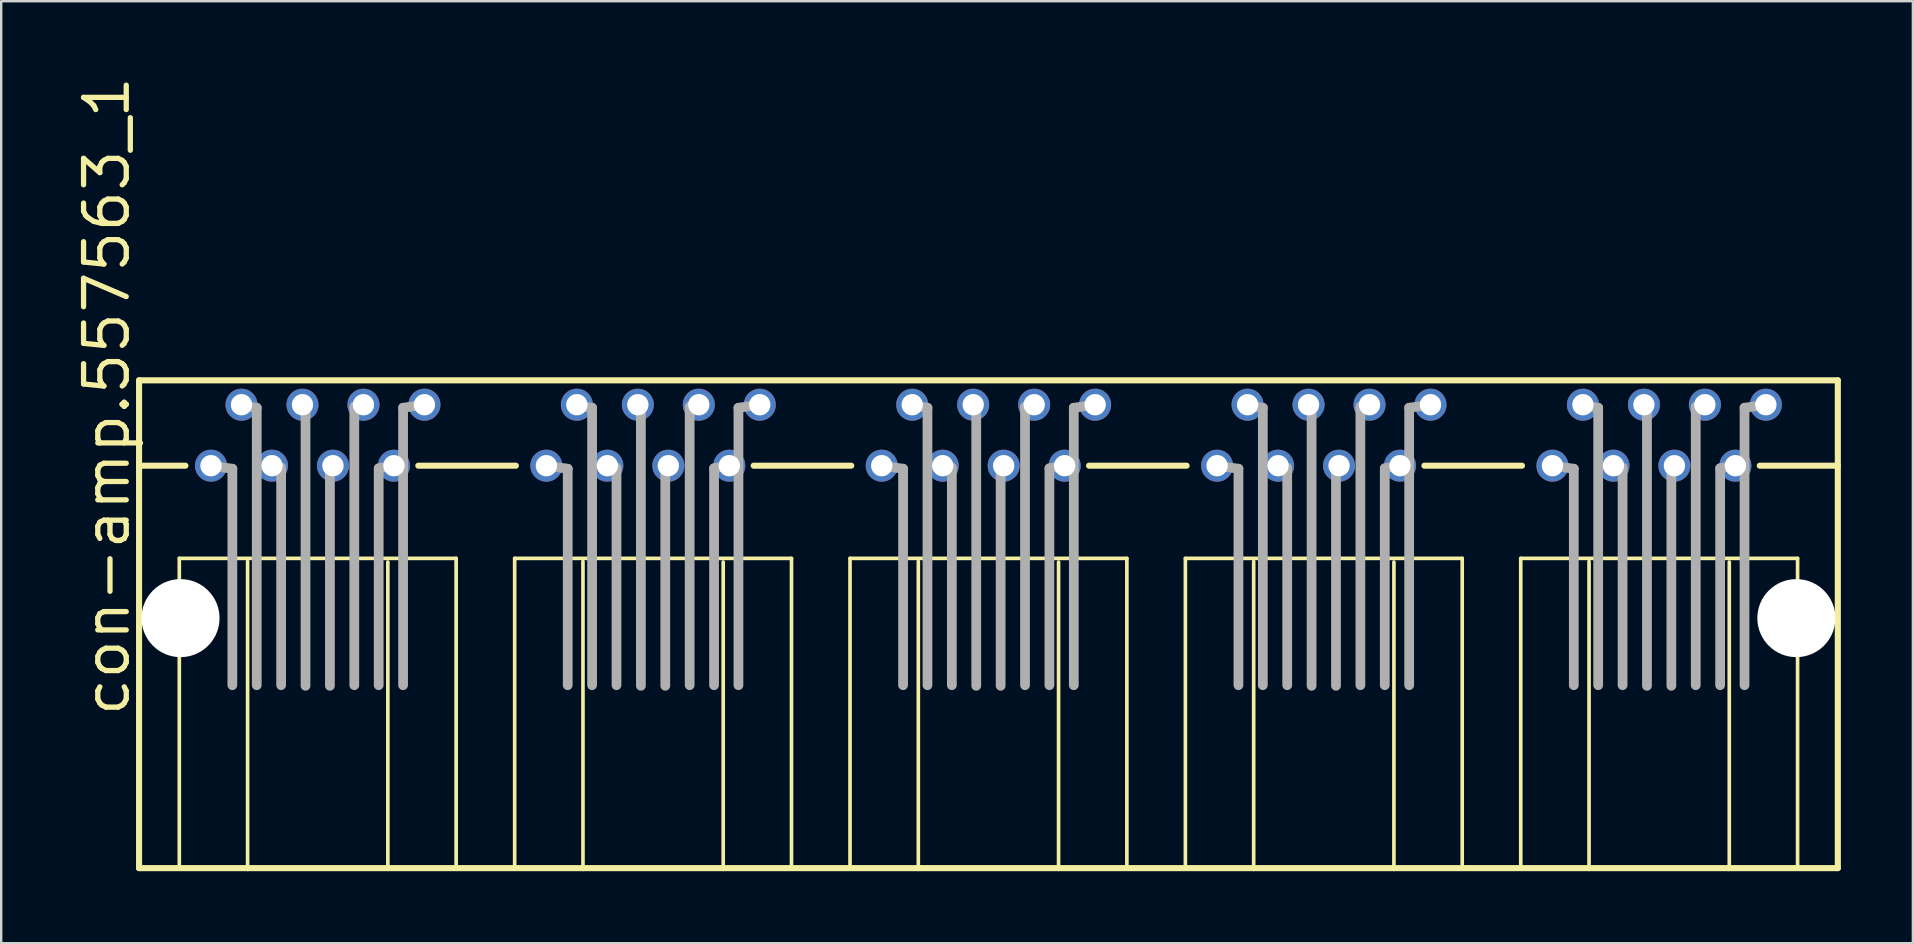
<source format=kicad_pcb>
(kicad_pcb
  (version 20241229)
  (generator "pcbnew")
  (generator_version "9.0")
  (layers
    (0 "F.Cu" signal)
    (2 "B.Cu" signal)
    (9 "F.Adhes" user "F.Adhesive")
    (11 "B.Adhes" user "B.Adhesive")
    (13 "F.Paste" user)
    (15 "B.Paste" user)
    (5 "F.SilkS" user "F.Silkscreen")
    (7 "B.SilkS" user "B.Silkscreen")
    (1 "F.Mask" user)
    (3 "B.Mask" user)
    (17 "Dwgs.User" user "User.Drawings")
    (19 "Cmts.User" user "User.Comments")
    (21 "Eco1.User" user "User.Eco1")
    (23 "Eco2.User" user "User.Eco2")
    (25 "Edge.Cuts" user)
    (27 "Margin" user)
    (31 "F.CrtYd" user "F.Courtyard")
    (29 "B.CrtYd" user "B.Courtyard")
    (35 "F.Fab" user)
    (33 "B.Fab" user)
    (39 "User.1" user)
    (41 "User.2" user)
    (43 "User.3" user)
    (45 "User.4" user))
  (footprint "con-amp.557563_1"
    (layer "F.Cu")
    (at 38.125 22.699)
    (property "Reference" "con-amp.557563_1" (at -35.687 4.191 90) (layer "F.SilkS") (effects (font (size 1.778 1.778) (thickness 0.22)) (justify left bottom)))
    (attr through_hole)
    (fp_line (start -35.382 -9.906) (end -35.382 -6.35) (stroke (width 0.254) (type default)) (layer "F.SilkS"))
    (fp_line (start -35.382 -6.35) (end -35.382 10.414) (stroke (width 0.254) (type default)) (layer "F.SilkS"))
    (fp_line (start -35.382 10.414) (end -30.861 10.414) (stroke (width 0.254) (type default)) (layer "F.SilkS"))
    (fp_line (start -33.706 -2.489) (end -33.706 10.363) (stroke (width 0.152) (type default)) (layer "F.SilkS"))
    (fp_line (start -33.452 -6.35) (end -35.382 -6.35) (stroke (width 0.254) (type default)) (layer "F.SilkS"))
    (fp_line (start -30.861 10.414) (end -30.861 -2.362) (stroke (width 0.152) (type default)) (layer "F.SilkS"))
    (fp_line (start -30.861 10.414) (end -25.019 10.414) (stroke (width 0.254) (type default)) (layer "F.SilkS"))
    (fp_line (start -25.019 -2.337) (end -25.019 10.414) (stroke (width 0.152) (type default)) (layer "F.SilkS"))
    (fp_line (start -25.019 10.414) (end -16.891 10.414) (stroke (width 0.254) (type default)) (layer "F.SilkS"))
    (fp_line (start -23.749 -6.35) (end -19.685 -6.35) (stroke (width 0.254) (type default)) (layer "F.SilkS"))
    (fp_line (start -22.174 -2.489) (end -33.706 -2.489) (stroke (width 0.152) (type default)) (layer "F.SilkS"))
    (fp_line (start -22.174 10.363) (end -22.174 -2.489) (stroke (width 0.152) (type default)) (layer "F.SilkS"))
    (fp_line (start -19.736 -2.489) (end -19.736 10.363) (stroke (width 0.152) (type default)) (layer "F.SilkS"))
    (fp_line (start -16.891 10.414) (end -16.891 -2.362) (stroke (width 0.152) (type default)) (layer "F.SilkS"))
    (fp_line (start -16.891 10.414) (end -11.049 10.414) (stroke (width 0.254) (type default)) (layer "F.SilkS"))
    (fp_line (start -11.049 -2.337) (end -11.049 10.414) (stroke (width 0.152) (type default)) (layer "F.SilkS"))
    (fp_line (start -11.049 10.414) (end -2.921 10.414) (stroke (width 0.254) (type default)) (layer "F.SilkS"))
    (fp_line (start -9.779 -6.35) (end -5.715 -6.35) (stroke (width 0.254) (type default)) (layer "F.SilkS"))
    (fp_line (start -8.204 -2.489) (end -19.736 -2.489) (stroke (width 0.152) (type default)) (layer "F.SilkS"))
    (fp_line (start -8.204 10.363) (end -8.204 -2.489) (stroke (width 0.152) (type default)) (layer "F.SilkS"))
    (fp_line (start -5.766 -2.489) (end -5.766 10.363) (stroke (width 0.152) (type default)) (layer "F.SilkS"))
    (fp_line (start -2.921 10.414) (end -2.921 -2.362) (stroke (width 0.152) (type default)) (layer "F.SilkS"))
    (fp_line (start -2.921 10.414) (end 2.921 10.414) (stroke (width 0.254) (type default)) (layer "F.SilkS"))
    (fp_line (start 2.921 -2.337) (end 2.921 10.414) (stroke (width 0.152) (type default)) (layer "F.SilkS"))
    (fp_line (start 2.921 10.414) (end 11.049 10.414) (stroke (width 0.254) (type default)) (layer "F.SilkS"))
    (fp_line (start 4.191 -6.35) (end 8.255 -6.35) (stroke (width 0.254) (type default)) (layer "F.SilkS"))
    (fp_line (start 5.766 -2.489) (end -5.766 -2.489) (stroke (width 0.152) (type default)) (layer "F.SilkS"))
    (fp_line (start 5.766 10.363) (end 5.766 -2.489) (stroke (width 0.152) (type default)) (layer "F.SilkS"))
    (fp_line (start 8.204 -2.489) (end 8.204 10.363) (stroke (width 0.152) (type default)) (layer "F.SilkS"))
    (fp_line (start 11.049 10.414) (end 11.049 -2.362) (stroke (width 0.152) (type default)) (layer "F.SilkS"))
    (fp_line (start 11.049 10.414) (end 16.891 10.414) (stroke (width 0.254) (type default)) (layer "F.SilkS"))
    (fp_line (start 16.891 -2.337) (end 16.891 10.414) (stroke (width 0.152) (type default)) (layer "F.SilkS"))
    (fp_line (start 16.891 10.414) (end 25.019 10.414) (stroke (width 0.254) (type default)) (layer "F.SilkS"))
    (fp_line (start 18.161 -6.35) (end 22.225 -6.35) (stroke (width 0.254) (type default)) (layer "F.SilkS"))
    (fp_line (start 19.736 -2.489) (end 8.204 -2.489) (stroke (width 0.152) (type default)) (layer "F.SilkS"))
    (fp_line (start 19.736 10.363) (end 19.736 -2.489) (stroke (width 0.152) (type default)) (layer "F.SilkS"))
    (fp_line (start 22.174 -2.489) (end 22.174 10.363) (stroke (width 0.152) (type default)) (layer "F.SilkS"))
    (fp_line (start 25.019 10.414) (end 25.019 -2.362) (stroke (width 0.152) (type default)) (layer "F.SilkS"))
    (fp_line (start 25.019 10.414) (end 30.861 10.414) (stroke (width 0.254) (type default)) (layer "F.SilkS"))
    (fp_line (start 30.861 -2.337) (end 30.861 10.414) (stroke (width 0.152) (type default)) (layer "F.SilkS"))
    (fp_line (start 30.861 10.414) (end 35.382 10.414) (stroke (width 0.254) (type default)) (layer "F.SilkS"))
    (fp_line (start 32.131 -6.35) (end 35.382 -6.35) (stroke (width 0.254) (type default)) (layer "F.SilkS"))
    (fp_line (start 33.706 -2.489) (end 22.174 -2.489) (stroke (width 0.152) (type default)) (layer "F.SilkS"))
    (fp_line (start 33.706 10.363) (end 33.706 -2.489) (stroke (width 0.152) (type default)) (layer "F.SilkS"))
    (fp_line (start 35.382 -9.906) (end -35.382 -9.906) (stroke (width 0.254) (type default)) (layer "F.SilkS"))
    (fp_line (start 35.382 -6.35) (end 35.382 -9.906) (stroke (width 0.254) (type default)) (layer "F.SilkS"))
    (fp_line (start 35.382 10.414) (end 35.382 -6.35) (stroke (width 0.254) (type default)) (layer "F.SilkS"))
    (fp_line (start -32.385 -6.35) (end -31.496 -6.223) (stroke (width 0.406) (type default)) (layer "F.Fab"))
    (fp_line (start -31.496 -6.223) (end -31.496 2.794) (stroke (width 0.406) (type default)) (layer "F.Fab"))
    (fp_line (start -31.115 -8.865) (end -30.48 -8.763) (stroke (width 0.406) (type default)) (layer "F.Fab"))
    (fp_line (start -30.48 -8.763) (end -30.48 2.794) (stroke (width 0.406) (type default)) (layer "F.Fab"))
    (fp_line (start -29.845 -6.35) (end -29.464 -6.274) (stroke (width 0.406) (type default)) (layer "F.Fab"))
    (fp_line (start -29.464 -6.223) (end -29.464 2.794) (stroke (width 0.406) (type default)) (layer "F.Fab"))
    (fp_line (start -28.575 -8.89) (end -28.448 -8.865) (stroke (width 0.406) (type default)) (layer "F.Fab"))
    (fp_line (start -28.448 -8.763) (end -28.448 2.819) (stroke (width 0.406) (type default)) (layer "F.Fab"))
    (fp_line (start -27.432 -6.223) (end -27.432 2.819) (stroke (width 0.406) (type default)) (layer "F.Fab"))
    (fp_line (start -27.305 -6.35) (end -27.432 -6.299) (stroke (width 0.406) (type default)) (layer "F.Fab"))
    (fp_line (start -26.416 -8.763) (end -26.416 2.794) (stroke (width 0.406) (type default)) (layer "F.Fab"))
    (fp_line (start -26.035 -8.89) (end -26.416 -8.814) (stroke (width 0.406) (type default)) (layer "F.Fab"))
    (fp_line (start -25.4 -6.223) (end -25.4 2.794) (stroke (width 0.406) (type default)) (layer "F.Fab"))
    (fp_line (start -24.765 -6.35) (end -25.4 -6.248) (stroke (width 0.406) (type default)) (layer "F.Fab"))
    (fp_line (start -24.384 -8.763) (end -24.384 2.794) (stroke (width 0.406) (type default)) (layer "F.Fab"))
    (fp_line (start -23.495 -8.89) (end -24.384 -8.763) (stroke (width 0.406) (type default)) (layer "F.Fab"))
    (fp_line (start -18.415 -6.35) (end -17.526 -6.223) (stroke (width 0.406) (type default)) (layer "F.Fab"))
    (fp_line (start -17.526 -6.223) (end -17.526 2.794) (stroke (width 0.406) (type default)) (layer "F.Fab"))
    (fp_line (start -17.145 -8.865) (end -16.51 -8.763) (stroke (width 0.406) (type default)) (layer "F.Fab"))
    (fp_line (start -16.51 -8.763) (end -16.51 2.794) (stroke (width 0.406) (type default)) (layer "F.Fab"))
    (fp_line (start -15.875 -6.35) (end -15.494 -6.274) (stroke (width 0.406) (type default)) (layer "F.Fab"))
    (fp_line (start -15.494 -6.223) (end -15.494 2.794) (stroke (width 0.406) (type default)) (layer "F.Fab"))
    (fp_line (start -14.605 -8.89) (end -14.478 -8.865) (stroke (width 0.406) (type default)) (layer "F.Fab"))
    (fp_line (start -14.478 -8.763) (end -14.478 2.819) (stroke (width 0.406) (type default)) (layer "F.Fab"))
    (fp_line (start -13.462 -6.223) (end -13.462 2.819) (stroke (width 0.406) (type default)) (layer "F.Fab"))
    (fp_line (start -13.335 -6.35) (end -13.462 -6.299) (stroke (width 0.406) (type default)) (layer "F.Fab"))
    (fp_line (start -12.446 -8.763) (end -12.446 2.794) (stroke (width 0.406) (type default)) (layer "F.Fab"))
    (fp_line (start -12.065 -8.89) (end -12.446 -8.814) (stroke (width 0.406) (type default)) (layer "F.Fab"))
    (fp_line (start -11.43 -6.223) (end -11.43 2.794) (stroke (width 0.406) (type default)) (layer "F.Fab"))
    (fp_line (start -10.795 -6.35) (end -11.43 -6.248) (stroke (width 0.406) (type default)) (layer "F.Fab"))
    (fp_line (start -10.414 -8.763) (end -10.414 2.794) (stroke (width 0.406) (type default)) (layer "F.Fab"))
    (fp_line (start -9.525 -8.89) (end -10.414 -8.763) (stroke (width 0.406) (type default)) (layer "F.Fab"))
    (fp_line (start -4.445 -6.35) (end -3.556 -6.223) (stroke (width 0.406) (type default)) (layer "F.Fab"))
    (fp_line (start -3.556 -6.223) (end -3.556 2.794) (stroke (width 0.406) (type default)) (layer "F.Fab"))
    (fp_line (start -3.175 -8.865) (end -2.54 -8.763) (stroke (width 0.406) (type default)) (layer "F.Fab"))
    (fp_line (start -2.54 -8.763) (end -2.54 2.794) (stroke (width 0.406) (type default)) (layer "F.Fab"))
    (fp_line (start -1.905 -6.35) (end -1.524 -6.274) (stroke (width 0.406) (type default)) (layer "F.Fab"))
    (fp_line (start -1.524 -6.223) (end -1.524 2.794) (stroke (width 0.406) (type default)) (layer "F.Fab"))
    (fp_line (start -0.635 -8.89) (end -0.508 -8.865) (stroke (width 0.406) (type default)) (layer "F.Fab"))
    (fp_line (start -0.508 -8.763) (end -0.508 2.819) (stroke (width 0.406) (type default)) (layer "F.Fab"))
    (fp_line (start 0.508 -6.223) (end 0.508 2.819) (stroke (width 0.406) (type default)) (layer "F.Fab"))
    (fp_line (start 0.635 -6.35) (end 0.508 -6.299) (stroke (width 0.406) (type default)) (layer "F.Fab"))
    (fp_line (start 1.524 -8.763) (end 1.524 2.794) (stroke (width 0.406) (type default)) (layer "F.Fab"))
    (fp_line (start 1.905 -8.89) (end 1.524 -8.814) (stroke (width 0.406) (type default)) (layer "F.Fab"))
    (fp_line (start 2.54 -6.223) (end 2.54 2.794) (stroke (width 0.406) (type default)) (layer "F.Fab"))
    (fp_line (start 3.175 -6.35) (end 2.54 -6.248) (stroke (width 0.406) (type default)) (layer "F.Fab"))
    (fp_line (start 3.556 -8.763) (end 3.556 2.794) (stroke (width 0.406) (type default)) (layer "F.Fab"))
    (fp_line (start 4.445 -8.89) (end 3.556 -8.763) (stroke (width 0.406) (type default)) (layer "F.Fab"))
    (fp_line (start 9.525 -6.35) (end 10.414 -6.223) (stroke (width 0.406) (type default)) (layer "F.Fab"))
    (fp_line (start 10.414 -6.223) (end 10.414 2.794) (stroke (width 0.406) (type default)) (layer "F.Fab"))
    (fp_line (start 10.795 -8.865) (end 11.43 -8.763) (stroke (width 0.406) (type default)) (layer "F.Fab"))
    (fp_line (start 11.43 -8.763) (end 11.43 2.794) (stroke (width 0.406) (type default)) (layer "F.Fab"))
    (fp_line (start 12.065 -6.35) (end 12.446 -6.274) (stroke (width 0.406) (type default)) (layer "F.Fab"))
    (fp_line (start 12.446 -6.223) (end 12.446 2.794) (stroke (width 0.406) (type default)) (layer "F.Fab"))
    (fp_line (start 13.335 -8.89) (end 13.462 -8.865) (stroke (width 0.406) (type default)) (layer "F.Fab"))
    (fp_line (start 13.462 -8.763) (end 13.462 2.819) (stroke (width 0.406) (type default)) (layer "F.Fab"))
    (fp_line (start 14.478 -6.223) (end 14.478 2.819) (stroke (width 0.406) (type default)) (layer "F.Fab"))
    (fp_line (start 14.605 -6.35) (end 14.478 -6.299) (stroke (width 0.406) (type default)) (layer "F.Fab"))
    (fp_line (start 15.494 -8.763) (end 15.494 2.794) (stroke (width 0.406) (type default)) (layer "F.Fab"))
    (fp_line (start 15.875 -8.89) (end 15.494 -8.814) (stroke (width 0.406) (type default)) (layer "F.Fab"))
    (fp_line (start 16.51 -6.223) (end 16.51 2.794) (stroke (width 0.406) (type default)) (layer "F.Fab"))
    (fp_line (start 17.145 -6.35) (end 16.51 -6.248) (stroke (width 0.406) (type default)) (layer "F.Fab"))
    (fp_line (start 17.526 -8.763) (end 17.526 2.794) (stroke (width 0.406) (type default)) (layer "F.Fab"))
    (fp_line (start 18.415 -8.89) (end 17.526 -8.763) (stroke (width 0.406) (type default)) (layer "F.Fab"))
    (fp_line (start 23.495 -6.35) (end 24.384 -6.223) (stroke (width 0.406) (type default)) (layer "F.Fab"))
    (fp_line (start 24.384 -6.223) (end 24.384 2.794) (stroke (width 0.406) (type default)) (layer "F.Fab"))
    (fp_line (start 24.765 -8.865) (end 25.4 -8.763) (stroke (width 0.406) (type default)) (layer "F.Fab"))
    (fp_line (start 25.4 -8.763) (end 25.4 2.794) (stroke (width 0.406) (type default)) (layer "F.Fab"))
    (fp_line (start 26.035 -6.35) (end 26.416 -6.274) (stroke (width 0.406) (type default)) (layer "F.Fab"))
    (fp_line (start 26.416 -6.223) (end 26.416 2.794) (stroke (width 0.406) (type default)) (layer "F.Fab"))
    (fp_line (start 27.305 -8.89) (end 27.432 -8.865) (stroke (width 0.406) (type default)) (layer "F.Fab"))
    (fp_line (start 27.432 -8.763) (end 27.432 2.819) (stroke (width 0.406) (type default)) (layer "F.Fab"))
    (fp_line (start 28.448 -6.223) (end 28.448 2.819) (stroke (width 0.406) (type default)) (layer "F.Fab"))
    (fp_line (start 28.575 -6.35) (end 28.448 -6.299) (stroke (width 0.406) (type default)) (layer "F.Fab"))
    (fp_line (start 29.464 -8.763) (end 29.464 2.794) (stroke (width 0.406) (type default)) (layer "F.Fab"))
    (fp_line (start 29.845 -8.89) (end 29.464 -8.814) (stroke (width 0.406) (type default)) (layer "F.Fab"))
    (fp_line (start 30.48 -6.223) (end 30.48 2.794) (stroke (width 0.406) (type default)) (layer "F.Fab"))
    (fp_line (start 31.115 -6.35) (end 30.48 -6.248) (stroke (width 0.406) (type default)) (layer "F.Fab"))
    (fp_line (start 31.496 -8.763) (end 31.496 2.794) (stroke (width 0.406) (type default)) (layer "F.Fab"))
    (fp_line (start 32.385 -8.89) (end 31.496 -8.763) (stroke (width 0.406) (type default)) (layer "F.Fab"))
    (pad "" np_thru_hole circle (at -33.655 0) (size 3.251 3.251) (drill 3.251) (layers "*.Cu" "*.Mask"))
    (pad "" np_thru_hole circle (at 33.655 0) (size 3.251 3.251) (drill 3.251) (layers "*.Cu" "*.Mask"))
    (pad "1-1" thru_hole circle (at -32.385 -6.35) (size 1.333 1.333) (drill 0.889) (layers "*.Cu" "*.Mask"))
    (pad "1-2" thru_hole circle (at -31.115 -8.89) (size 1.333 1.333) (drill 0.889) (layers "*.Cu" "*.Mask"))
    (pad "1-3" thru_hole circle (at -29.845 -6.35) (size 1.333 1.333) (drill 0.889) (layers "*.Cu" "*.Mask"))
    (pad "1-4" thru_hole circle (at -28.575 -8.89) (size 1.333 1.333) (drill 0.889) (layers "*.Cu" "*.Mask"))
    (pad "1-5" thru_hole circle (at -27.305 -6.35) (size 1.333 1.333) (drill 0.889) (layers "*.Cu" "*.Mask"))
    (pad "1-6" thru_hole circle (at -26.035 -8.89) (size 1.333 1.333) (drill 0.889) (layers "*.Cu" "*.Mask"))
    (pad "1-7" thru_hole circle (at -24.765 -6.35) (size 1.333 1.333) (drill 0.889) (layers "*.Cu" "*.Mask"))
    (pad "1-8" thru_hole circle (at -23.495 -8.89) (size 1.333 1.333) (drill 0.889) (layers "*.Cu" "*.Mask"))
    (pad "2-1" thru_hole circle (at -18.415 -6.35) (size 1.333 1.333) (drill 0.889) (layers "*.Cu" "*.Mask"))
    (pad "2-2" thru_hole circle (at -17.145 -8.89) (size 1.333 1.333) (drill 0.889) (layers "*.Cu" "*.Mask"))
    (pad "2-3" thru_hole circle (at -15.875 -6.35) (size 1.333 1.333) (drill 0.889) (layers "*.Cu" "*.Mask"))
    (pad "2-4" thru_hole circle (at -14.605 -8.89) (size 1.333 1.333) (drill 0.889) (layers "*.Cu" "*.Mask"))
    (pad "2-5" thru_hole circle (at -13.335 -6.35) (size 1.333 1.333) (drill 0.889) (layers "*.Cu" "*.Mask"))
    (pad "2-6" thru_hole circle (at -12.065 -8.89) (size 1.333 1.333) (drill 0.889) (layers "*.Cu" "*.Mask"))
    (pad "2-7" thru_hole circle (at -10.795 -6.35) (size 1.333 1.333) (drill 0.889) (layers "*.Cu" "*.Mask"))
    (pad "2-8" thru_hole circle (at -9.525 -8.89) (size 1.333 1.333) (drill 0.889) (layers "*.Cu" "*.Mask"))
    (pad "3-1" thru_hole circle (at -4.445 -6.35) (size 1.333 1.333) (drill 0.889) (layers "*.Cu" "*.Mask"))
    (pad "3-2" thru_hole circle (at -3.175 -8.89) (size 1.333 1.333) (drill 0.889) (layers "*.Cu" "*.Mask"))
    (pad "3-3" thru_hole circle (at -1.905 -6.35) (size 1.333 1.333) (drill 0.889) (layers "*.Cu" "*.Mask"))
    (pad "3-4" thru_hole circle (at -0.635 -8.89) (size 1.333 1.333) (drill 0.889) (layers "*.Cu" "*.Mask"))
    (pad "3-5" thru_hole circle (at 0.635 -6.35) (size 1.333 1.333) (drill 0.889) (layers "*.Cu" "*.Mask"))
    (pad "3-6" thru_hole circle (at 1.905 -8.89) (size 1.333 1.333) (drill 0.889) (layers "*.Cu" "*.Mask"))
    (pad "3-7" thru_hole circle (at 3.175 -6.35) (size 1.333 1.333) (drill 0.889) (layers "*.Cu" "*.Mask"))
    (pad "3-8" thru_hole circle (at 4.445 -8.89) (size 1.333 1.333) (drill 0.889) (layers "*.Cu" "*.Mask"))
    (pad "4-1" thru_hole circle (at 9.525 -6.35) (size 1.333 1.333) (drill 0.889) (layers "*.Cu" "*.Mask"))
    (pad "4-2" thru_hole circle (at 10.795 -8.89) (size 1.333 1.333) (drill 0.889) (layers "*.Cu" "*.Mask"))
    (pad "4-3" thru_hole circle (at 12.065 -6.35) (size 1.333 1.333) (drill 0.889) (layers "*.Cu" "*.Mask"))
    (pad "4-4" thru_hole circle (at 13.335 -8.89) (size 1.333 1.333) (drill 0.889) (layers "*.Cu" "*.Mask"))
    (pad "4-5" thru_hole circle (at 14.605 -6.35) (size 1.333 1.333) (drill 0.889) (layers "*.Cu" "*.Mask"))
    (pad "4-6" thru_hole circle (at 15.875 -8.89) (size 1.333 1.333) (drill 0.889) (layers "*.Cu" "*.Mask"))
    (pad "4-7" thru_hole circle (at 17.145 -6.35) (size 1.333 1.333) (drill 0.889) (layers "*.Cu" "*.Mask"))
    (pad "4-8" thru_hole circle (at 18.415 -8.89) (size 1.333 1.333) (drill 0.889) (layers "*.Cu" "*.Mask"))
    (pad "5-1" thru_hole circle (at 23.495 -6.35) (size 1.333 1.333) (drill 0.889) (layers "*.Cu" "*.Mask"))
    (pad "5-2" thru_hole circle (at 24.765 -8.89) (size 1.333 1.333) (drill 0.889) (layers "*.Cu" "*.Mask"))
    (pad "5-3" thru_hole circle (at 26.035 -6.35) (size 1.333 1.333) (drill 0.889) (layers "*.Cu" "*.Mask"))
    (pad "5-4" thru_hole circle (at 27.305 -8.89) (size 1.333 1.333) (drill 0.889) (layers "*.Cu" "*.Mask"))
    (pad "5-5" thru_hole circle (at 28.575 -6.35) (size 1.333 1.333) (drill 0.889) (layers "*.Cu" "*.Mask"))
    (pad "5-6" thru_hole circle (at 29.845 -8.89) (size 1.333 1.333) (drill 0.889) (layers "*.Cu" "*.Mask"))
    (pad "5-7" thru_hole circle (at 31.115 -6.35) (size 1.333 1.333) (drill 0.889) (layers "*.Cu" "*.Mask"))
    (pad "5-8" thru_hole circle (at 32.385 -8.89) (size 1.333 1.333) (drill 0.889) (layers "*.Cu" "*.Mask")))
  (gr_rect
    (start -3 -3)
    (end 76.634 36.24)
    (stroke (width 0.1) (type default))
    (fill no)
    (layer "Edge.Cuts")))
</source>
